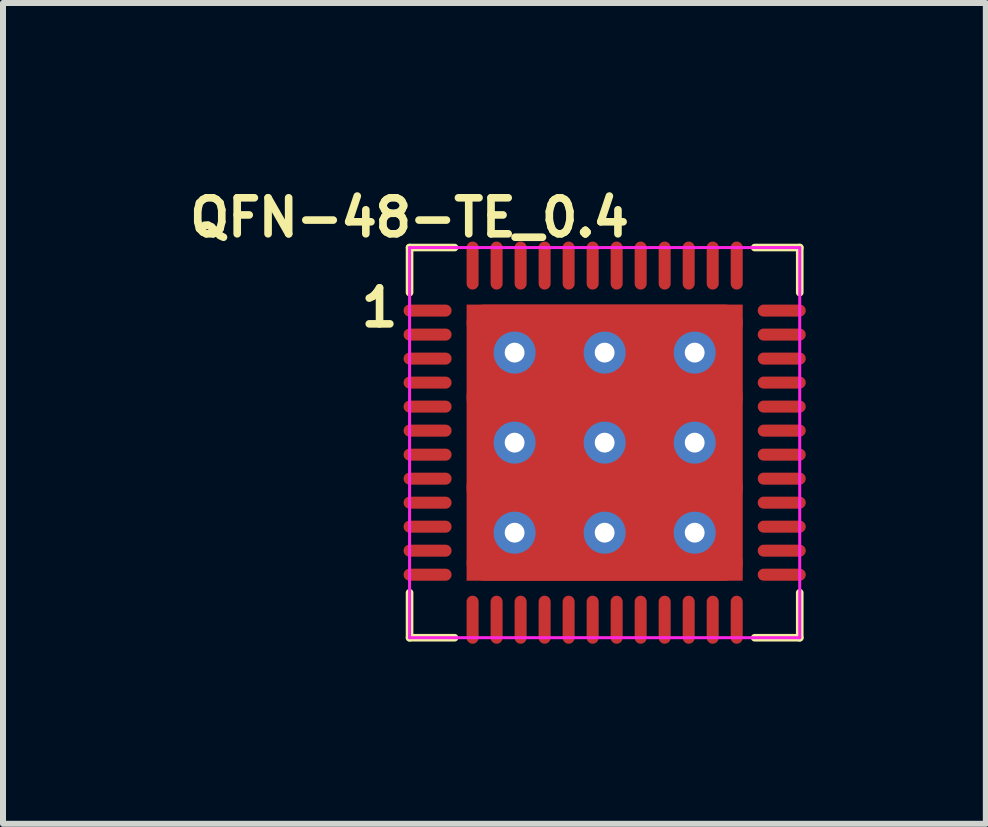
<source format=kicad_pcb>
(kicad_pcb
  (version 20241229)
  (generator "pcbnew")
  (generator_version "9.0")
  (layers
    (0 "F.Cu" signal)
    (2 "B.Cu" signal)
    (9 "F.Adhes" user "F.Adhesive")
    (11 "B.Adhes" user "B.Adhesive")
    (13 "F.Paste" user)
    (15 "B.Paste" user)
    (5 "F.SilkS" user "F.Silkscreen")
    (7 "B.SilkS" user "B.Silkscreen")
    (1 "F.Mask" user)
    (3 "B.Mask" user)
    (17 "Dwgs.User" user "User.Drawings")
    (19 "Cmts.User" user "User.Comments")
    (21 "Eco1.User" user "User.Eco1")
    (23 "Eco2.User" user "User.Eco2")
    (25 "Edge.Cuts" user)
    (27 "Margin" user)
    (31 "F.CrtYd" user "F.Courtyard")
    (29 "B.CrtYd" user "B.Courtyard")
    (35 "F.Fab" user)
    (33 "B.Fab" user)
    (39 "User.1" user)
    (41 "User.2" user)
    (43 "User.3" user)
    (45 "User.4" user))
  (footprint "QFN-48-TE_0.4"
    (layer "F.Cu")
    (at 7.023 4.324)
    (property "Reference" "QFN-48-TE_0.4" (at -3.25 -3.75 0) (layer "F.SilkS") (effects (font (size 0.6 0.6) (thickness 0.127))))
    (attr smd)
    (fp_line (start -3.25 -3.25) (end -2.5 -3.25) (stroke (width 0.127) (type solid)) (layer "F.SilkS"))
    (fp_line (start -3.25 -2.5) (end -3.25 -3.25) (stroke (width 0.127) (type solid)) (layer "F.SilkS"))
    (fp_line (start -3.25 3.25) (end -3.25 2.5) (stroke (width 0.127) (type solid)) (layer "F.SilkS"))
    (fp_line (start -2.5 3.25) (end -3.25 3.25) (stroke (width 0.127) (type solid)) (layer "F.SilkS"))
    (fp_line (start 2.5 -3.25) (end 3.25 -3.25) (stroke (width 0.127) (type solid)) (layer "F.SilkS"))
    (fp_line (start 3.25 -3.25) (end 3.25 -2.5) (stroke (width 0.127) (type solid)) (layer "F.SilkS"))
    (fp_line (start 3.25 2.5) (end 3.25 3.25) (stroke (width 0.127) (type solid)) (layer "F.SilkS"))
    (fp_line (start 3.25 3.25) (end 2.5 3.25) (stroke (width 0.127) (type solid)) (layer "F.SilkS"))
    (fp_line (start -3.25 -3.25) (end 3.25 -3.25) (stroke (width 0.05) (type solid)) (layer "F.CrtYd"))
    (fp_line (start -3.25 3.25) (end -3.25 -3.25) (stroke (width 0.05) (type solid)) (layer "F.CrtYd"))
    (fp_line (start 3.25 -3.25) (end 3.25 3.25) (stroke (width 0.05) (type solid)) (layer "F.CrtYd"))
    (fp_line (start 3.25 3.25) (end -3.25 3.25) (stroke (width 0.05) (type solid)) (layer "F.CrtYd"))
    (fp_text user "1" (at -3.75 -2.25 0) (layer "F.SilkS") (effects (font (size 0.6 0.6) (thickness 0.127))))
    (pad "1" smd oval (at -2.95 -2.2) (size 0.8 0.2) (layers "F.Cu" "F.Mask" "F.Paste"))
    (pad "2" smd oval (at -2.95 -1.8) (size 0.8 0.2) (layers "F.Cu" "F.Mask" "F.Paste"))
    (pad "3" smd oval (at -2.95 -1.4) (size 0.8 0.2) (layers "F.Cu" "F.Mask" "F.Paste"))
    (pad "4" smd oval (at -2.95 -1) (size 0.8 0.2) (layers "F.Cu" "F.Mask" "F.Paste"))
    (pad "5" smd oval (at -2.95 -0.6) (size 0.8 0.2) (layers "F.Cu" "F.Mask" "F.Paste"))
    (pad "6" smd oval (at -2.95 -0.2) (size 0.8 0.2) (layers "F.Cu" "F.Mask" "F.Paste"))
    (pad "7" smd oval (at -2.95 0.2) (size 0.8 0.2) (layers "F.Cu" "F.Mask" "F.Paste"))
    (pad "8" smd oval (at -2.95 0.6) (size 0.8 0.2) (layers "F.Cu" "F.Mask" "F.Paste"))
    (pad "9" smd oval (at -2.95 1) (size 0.8 0.2) (layers "F.Cu" "F.Mask" "F.Paste"))
    (pad "10" smd oval (at -2.95 1.4) (size 0.8 0.2) (layers "F.Cu" "F.Mask" "F.Paste"))
    (pad "11" smd oval (at -2.95 1.8) (size 0.8 0.2) (layers "F.Cu" "F.Mask" "F.Paste"))
    (pad "12" smd oval (at -2.95 2.2) (size 0.8 0.2) (layers "F.Cu" "F.Mask" "F.Paste"))
    (pad "13" smd oval (at -2.2 2.95 90) (size 0.8 0.2) (layers "F.Cu" "F.Mask" "F.Paste"))
    (pad "14" smd oval (at -1.8 2.95 90) (size 0.8 0.2) (layers "F.Cu" "F.Mask" "F.Paste"))
    (pad "15" smd oval (at -1.4 2.95 90) (size 0.8 0.2) (layers "F.Cu" "F.Mask" "F.Paste"))
    (pad "16" smd oval (at -1 2.95 90) (size 0.8 0.2) (layers "F.Cu" "F.Mask" "F.Paste"))
    (pad "17" smd oval (at -0.6 2.95 90) (size 0.8 0.2) (layers "F.Cu" "F.Mask" "F.Paste"))
    (pad "18" smd oval (at -0.2 2.95 90) (size 0.8 0.2) (layers "F.Cu" "F.Mask" "F.Paste"))
    (pad "19" smd oval (at 0.2 2.95 90) (size 0.8 0.2) (layers "F.Cu" "F.Mask" "F.Paste"))
    (pad "20" smd oval (at 0.6 2.95 90) (size 0.8 0.2) (layers "F.Cu" "F.Mask" "F.Paste"))
    (pad "21" smd oval (at 1 2.95 90) (size 0.8 0.2) (layers "F.Cu" "F.Mask" "F.Paste"))
    (pad "22" smd oval (at 1.4 2.95 90) (size 0.8 0.2) (layers "F.Cu" "F.Mask" "F.Paste"))
    (pad "23" smd oval (at 1.8 2.95 90) (size 0.8 0.2) (layers "F.Cu" "F.Mask" "F.Paste"))
    (pad "24" smd oval (at 2.2 2.95 90) (size 0.8 0.2) (layers "F.Cu" "F.Mask" "F.Paste"))
    (pad "25" smd oval (at 2.95 2.2) (size 0.8 0.2) (layers "F.Cu" "F.Mask" "F.Paste"))
    (pad "26" smd oval (at 2.95 1.8) (size 0.8 0.2) (layers "F.Cu" "F.Mask" "F.Paste"))
    (pad "27" smd oval (at 2.95 1.4) (size 0.8 0.2) (layers "F.Cu" "F.Mask" "F.Paste"))
    (pad "28" smd oval (at 2.95 1) (size 0.8 0.2) (layers "F.Cu" "F.Mask" "F.Paste"))
    (pad "29" smd oval (at 2.95 0.6) (size 0.8 0.2) (layers "F.Cu" "F.Mask" "F.Paste"))
    (pad "30" smd oval (at 2.95 0.2) (size 0.8 0.2) (layers "F.Cu" "F.Mask" "F.Paste"))
    (pad "31" smd oval (at 2.95 -0.2) (size 0.8 0.2) (layers "F.Cu" "F.Mask" "F.Paste"))
    (pad "32" smd oval (at 2.95 -0.6) (size 0.8 0.2) (layers "F.Cu" "F.Mask" "F.Paste"))
    (pad "33" smd oval (at 2.95 -1) (size 0.8 0.2) (layers "F.Cu" "F.Mask" "F.Paste"))
    (pad "34" smd oval (at 2.95 -1.4) (size 0.8 0.2) (layers "F.Cu" "F.Mask" "F.Paste"))
    (pad "35" smd oval (at 2.95 -1.8) (size 0.8 0.2) (layers "F.Cu" "F.Mask" "F.Paste"))
    (pad "36" smd oval (at 2.95 -2.2) (size 0.8 0.2) (layers "F.Cu" "F.Mask" "F.Paste"))
    (pad "37" smd oval (at 2.2 -2.95 90) (size 0.8 0.2) (layers "F.Cu" "F.Mask" "F.Paste"))
    (pad "38" smd oval (at 1.8 -2.95 90) (size 0.8 0.2) (layers "F.Cu" "F.Mask" "F.Paste"))
    (pad "39" smd oval (at 1.4 -2.95 90) (size 0.8 0.2) (layers "F.Cu" "F.Mask" "F.Paste"))
    (pad "40" smd oval (at 1 -2.95 90) (size 0.8 0.2) (layers "F.Cu" "F.Mask" "F.Paste"))
    (pad "41" smd oval (at 0.6 -2.95 90) (size 0.8 0.2) (layers "F.Cu" "F.Mask" "F.Paste"))
    (pad "42" smd oval (at 0.2 -2.95 90) (size 0.8 0.2) (layers "F.Cu" "F.Mask" "F.Paste"))
    (pad "43" smd oval (at -0.2 -2.95 90) (size 0.8 0.2) (layers "F.Cu" "F.Mask" "F.Paste"))
    (pad "44" smd oval (at -0.6 -2.95 90) (size 0.8 0.2) (layers "F.Cu" "F.Mask" "F.Paste"))
    (pad "45" smd oval (at -1 -2.95 90) (size 0.8 0.2) (layers "F.Cu" "F.Mask" "F.Paste"))
    (pad "46" smd oval (at -1.4 -2.95 90) (size 0.8 0.2) (layers "F.Cu" "F.Mask" "F.Paste"))
    (pad "47" smd oval (at -1.8 -2.95 90) (size 0.8 0.2) (layers "F.Cu" "F.Mask" "F.Paste"))
    (pad "48" smd oval (at -2.2 -2.95 90) (size 0.8 0.2) (layers "F.Cu" "F.Mask" "F.Paste"))
    (pad "49" thru_hole circle (at -1.5 -1.5) (size 0.7 0.7) (drill 0.33) (layers "*.Cu"))
    (pad "49" thru_hole circle (at -1.5 0) (size 0.7 0.7) (drill 0.33) (layers "*.Cu"))
    (pad "49" thru_hole circle (at -1.5 1.5) (size 0.7 0.7) (drill 0.33) (layers "*.Cu"))
    (pad "49" smd oval (at 0 -2) (size 4.6 0.6) (layers "F.Cu" "F.Mask" "F.Paste"))
    (pad "49" thru_hole circle (at 0 -1.5) (size 0.7 0.7) (drill 0.33) (layers "*.Cu"))
    (pad "49" smd oval (at 0 -0.75) (size 4.6 1.15) (layers "F.Cu" "F.Mask" "F.Paste"))
    (pad "49" thru_hole circle (at 0 0) (size 0.7 0.7) (drill 0.33) (layers "*.Cu"))
    (pad "49" smd rect (at 0 0) (size 4.6 4.6) (layers "F.Cu" "F.Mask"))
    (pad "49" smd oval (at 0 0.75) (size 4.6 1.15) (layers "F.Cu" "F.Mask" "F.Paste"))
    (pad "49" thru_hole circle (at 0 1.5) (size 0.7 0.7) (drill 0.33) (layers "*.Cu"))
    (pad "49" smd oval (at 0 2) (size 4.6 0.6) (layers "F.Cu" "F.Mask" "F.Paste"))
    (pad "49" thru_hole circle (at 1.5 -1.5) (size 0.7 0.7) (drill 0.33) (layers "*.Cu"))
    (pad "49" thru_hole circle (at 1.5 0) (size 0.7 0.7) (drill 0.33) (layers "*.Cu"))
    (pad "49" thru_hole circle (at 1.5 1.5) (size 0.7 0.7) (drill 0.33) (layers "*.Cu")))
  (gr_rect
    (start -3 -3)
    (end 13.373 10.674)
    (stroke (width 0.1) (type default))
    (fill no)
    (layer "Edge.Cuts")))
</source>
